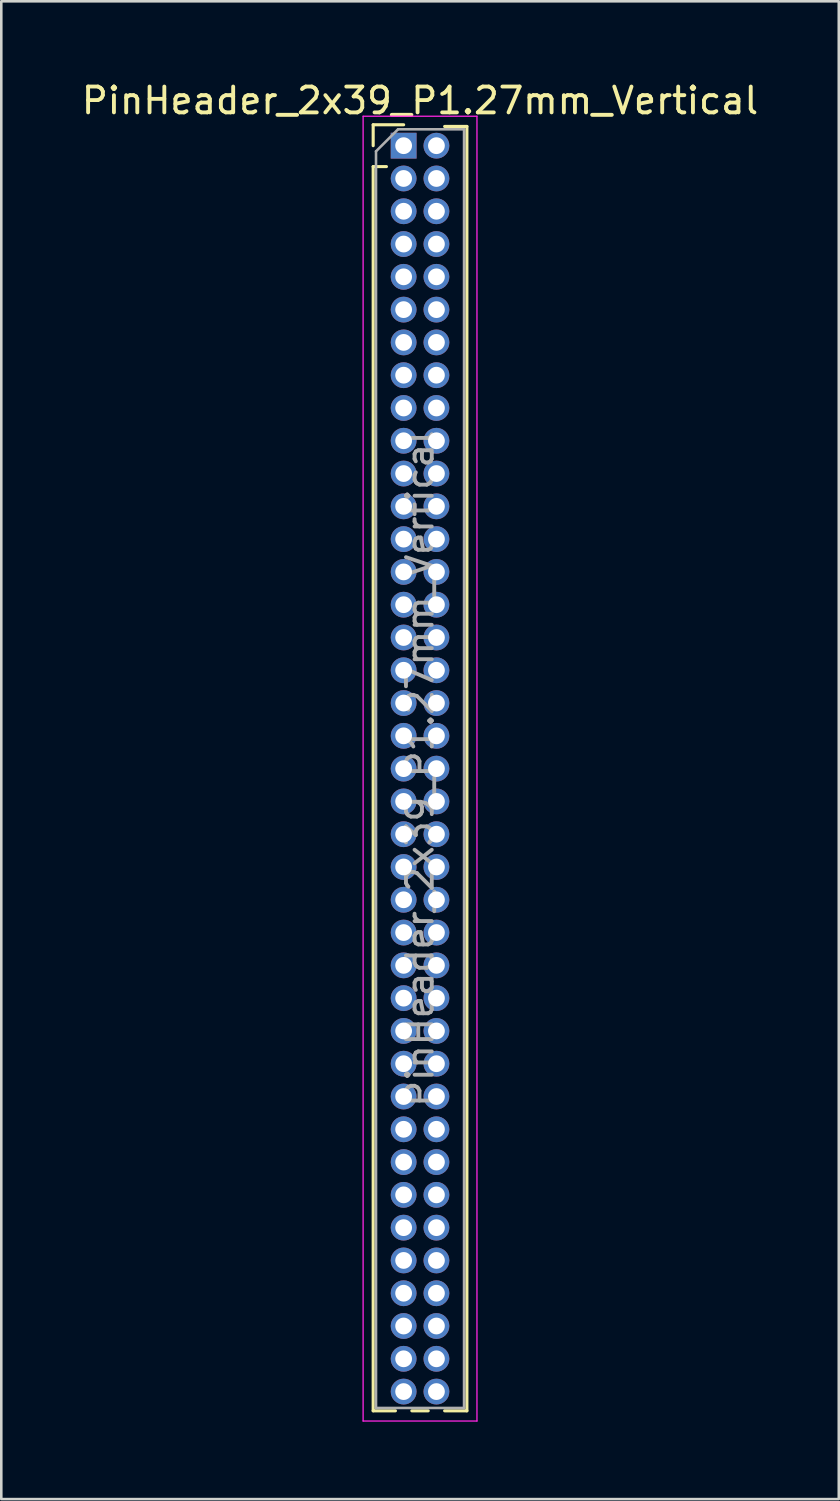
<source format=kicad_pcb>
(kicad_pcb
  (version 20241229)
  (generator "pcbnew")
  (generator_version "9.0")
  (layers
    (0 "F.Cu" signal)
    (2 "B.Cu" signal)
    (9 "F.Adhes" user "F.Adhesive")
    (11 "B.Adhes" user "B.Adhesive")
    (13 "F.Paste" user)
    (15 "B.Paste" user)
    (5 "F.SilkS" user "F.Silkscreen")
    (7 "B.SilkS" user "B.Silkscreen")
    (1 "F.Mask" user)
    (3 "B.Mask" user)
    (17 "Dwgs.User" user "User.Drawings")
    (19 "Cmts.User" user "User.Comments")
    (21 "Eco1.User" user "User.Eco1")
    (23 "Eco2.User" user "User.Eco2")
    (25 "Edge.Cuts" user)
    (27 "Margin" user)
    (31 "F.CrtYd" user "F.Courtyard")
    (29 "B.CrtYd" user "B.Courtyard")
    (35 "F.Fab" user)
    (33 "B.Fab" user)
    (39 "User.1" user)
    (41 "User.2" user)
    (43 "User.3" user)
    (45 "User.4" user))
  (footprint "PinHeader_2x39_P1.27mm_Vertical"
    (layer "F.Cu")
    (at 12.585 2.593)
    (property "Reference" "PinHeader_2x39_P1.27mm_Vertical" (at 0.635 -1.745 0) (layer "F.SilkS") (effects (font (size 1 1) (thickness 0.15))))
    (attr through_hole)
    (fp_line (start -1.18 -0.81) (end 0 -0.81) (stroke (width 0.12) (type solid)) (layer "F.SilkS"))
    (fp_line (start -1.18 0) (end -1.18 -0.81) (stroke (width 0.12) (type solid)) (layer "F.SilkS"))
    (fp_line (start -1.18 0.81) (end -1.18 49.005) (stroke (width 0.12) (type solid)) (layer "F.SilkS"))
    (fp_line (start -1.18 0.81) (end -0.667 0.81) (stroke (width 0.12) (type solid)) (layer "F.SilkS"))
    (fp_line (start -1.18 49.005) (end -0.318 49.005) (stroke (width 0.12) (type solid)) (layer "F.SilkS"))
    (fp_line (start 0.318 49.005) (end 0.952 49.005) (stroke (width 0.12) (type solid)) (layer "F.SilkS"))
    (fp_line (start 1.588 -0.745) (end 2.45 -0.745) (stroke (width 0.12) (type solid)) (layer "F.SilkS"))
    (fp_line (start 1.588 49.005) (end 2.45 49.005) (stroke (width 0.12) (type solid)) (layer "F.SilkS"))
    (fp_line (start 2.45 -0.745) (end 2.45 49.005) (stroke (width 0.12) (type solid)) (layer "F.SilkS"))
    (fp_line (start -1.57 -1.14) (end -1.57 49.4) (stroke (width 0.05) (type solid)) (layer "F.CrtYd"))
    (fp_line (start -1.57 49.4) (end 2.84 49.4) (stroke (width 0.05) (type solid)) (layer "F.CrtYd"))
    (fp_line (start 2.84 -1.14) (end -1.57 -1.14) (stroke (width 0.05) (type solid)) (layer "F.CrtYd"))
    (fp_line (start 2.84 49.4) (end 2.84 -1.14) (stroke (width 0.05) (type solid)) (layer "F.CrtYd"))
    (fp_line (start -1.07 0.217) (end -0.217 -0.635) (stroke (width 0.1) (type solid)) (layer "F.Fab"))
    (fp_line (start -1.07 48.895) (end -1.07 0.217) (stroke (width 0.1) (type solid)) (layer "F.Fab"))
    (fp_line (start -0.217 -0.635) (end 2.34 -0.635) (stroke (width 0.1) (type solid)) (layer "F.Fab"))
    (fp_line (start 2.34 -0.635) (end 2.34 48.895) (stroke (width 0.1) (type solid)) (layer "F.Fab"))
    (fp_line (start 2.34 48.895) (end -1.07 48.895) (stroke (width 0.1) (type solid)) (layer "F.Fab"))
    (fp_text user "${REFERENCE}" (at 0.635 24.13 90) (layer "F.Fab") (effects (font (size 1 1) (thickness 0.15))))
    (pad "1" thru_hole rect (at 0 0) (size 1 1) (drill 0.65) (layers "*.Cu" "*.Mask"))
    (pad "2" thru_hole circle (at 1.27 0) (size 1 1) (drill 0.65) (layers "*.Cu" "*.Mask"))
    (pad "3" thru_hole circle (at 0 1.27) (size 1 1) (drill 0.65) (layers "*.Cu" "*.Mask"))
    (pad "4" thru_hole circle (at 1.27 1.27) (size 1 1) (drill 0.65) (layers "*.Cu" "*.Mask"))
    (pad "5" thru_hole circle (at 0 2.54) (size 1 1) (drill 0.65) (layers "*.Cu" "*.Mask"))
    (pad "6" thru_hole circle (at 1.27 2.54) (size 1 1) (drill 0.65) (layers "*.Cu" "*.Mask"))
    (pad "7" thru_hole circle (at 0 3.81) (size 1 1) (drill 0.65) (layers "*.Cu" "*.Mask"))
    (pad "8" thru_hole circle (at 1.27 3.81) (size 1 1) (drill 0.65) (layers "*.Cu" "*.Mask"))
    (pad "9" thru_hole circle (at 0 5.08) (size 1 1) (drill 0.65) (layers "*.Cu" "*.Mask"))
    (pad "10" thru_hole circle (at 1.27 5.08) (size 1 1) (drill 0.65) (layers "*.Cu" "*.Mask"))
    (pad "11" thru_hole circle (at 0 6.35) (size 1 1) (drill 0.65) (layers "*.Cu" "*.Mask"))
    (pad "12" thru_hole circle (at 1.27 6.35) (size 1 1) (drill 0.65) (layers "*.Cu" "*.Mask"))
    (pad "13" thru_hole circle (at 0 7.62) (size 1 1) (drill 0.65) (layers "*.Cu" "*.Mask"))
    (pad "14" thru_hole circle (at 1.27 7.62) (size 1 1) (drill 0.65) (layers "*.Cu" "*.Mask"))
    (pad "15" thru_hole circle (at 0 8.89) (size 1 1) (drill 0.65) (layers "*.Cu" "*.Mask"))
    (pad "16" thru_hole circle (at 1.27 8.89) (size 1 1) (drill 0.65) (layers "*.Cu" "*.Mask"))
    (pad "17" thru_hole circle (at 0 10.16) (size 1 1) (drill 0.65) (layers "*.Cu" "*.Mask"))
    (pad "18" thru_hole circle (at 1.27 10.16) (size 1 1) (drill 0.65) (layers "*.Cu" "*.Mask"))
    (pad "19" thru_hole circle (at 0 11.43) (size 1 1) (drill 0.65) (layers "*.Cu" "*.Mask"))
    (pad "20" thru_hole circle (at 1.27 11.43) (size 1 1) (drill 0.65) (layers "*.Cu" "*.Mask"))
    (pad "21" thru_hole circle (at 0 12.7) (size 1 1) (drill 0.65) (layers "*.Cu" "*.Mask"))
    (pad "22" thru_hole circle (at 1.27 12.7) (size 1 1) (drill 0.65) (layers "*.Cu" "*.Mask"))
    (pad "23" thru_hole circle (at 0 13.97) (size 1 1) (drill 0.65) (layers "*.Cu" "*.Mask"))
    (pad "24" thru_hole circle (at 1.27 13.97) (size 1 1) (drill 0.65) (layers "*.Cu" "*.Mask"))
    (pad "25" thru_hole circle (at 0 15.24) (size 1 1) (drill 0.65) (layers "*.Cu" "*.Mask"))
    (pad "26" thru_hole circle (at 1.27 15.24) (size 1 1) (drill 0.65) (layers "*.Cu" "*.Mask"))
    (pad "27" thru_hole circle (at 0 16.51) (size 1 1) (drill 0.65) (layers "*.Cu" "*.Mask"))
    (pad "28" thru_hole circle (at 1.27 16.51) (size 1 1) (drill 0.65) (layers "*.Cu" "*.Mask"))
    (pad "29" thru_hole circle (at 0 17.78) (size 1 1) (drill 0.65) (layers "*.Cu" "*.Mask"))
    (pad "30" thru_hole circle (at 1.27 17.78) (size 1 1) (drill 0.65) (layers "*.Cu" "*.Mask"))
    (pad "31" thru_hole circle (at 0 19.05) (size 1 1) (drill 0.65) (layers "*.Cu" "*.Mask"))
    (pad "32" thru_hole circle (at 1.27 19.05) (size 1 1) (drill 0.65) (layers "*.Cu" "*.Mask"))
    (pad "33" thru_hole circle (at 0 20.32) (size 1 1) (drill 0.65) (layers "*.Cu" "*.Mask"))
    (pad "34" thru_hole circle (at 1.27 20.32) (size 1 1) (drill 0.65) (layers "*.Cu" "*.Mask"))
    (pad "35" thru_hole circle (at 0 21.59) (size 1 1) (drill 0.65) (layers "*.Cu" "*.Mask"))
    (pad "36" thru_hole circle (at 1.27 21.59) (size 1 1) (drill 0.65) (layers "*.Cu" "*.Mask"))
    (pad "37" thru_hole circle (at 0 22.86) (size 1 1) (drill 0.65) (layers "*.Cu" "*.Mask"))
    (pad "38" thru_hole circle (at 1.27 22.86) (size 1 1) (drill 0.65) (layers "*.Cu" "*.Mask"))
    (pad "39" thru_hole circle (at 0 24.13) (size 1 1) (drill 0.65) (layers "*.Cu" "*.Mask"))
    (pad "40" thru_hole circle (at 1.27 24.13) (size 1 1) (drill 0.65) (layers "*.Cu" "*.Mask"))
    (pad "41" thru_hole circle (at 0 25.4) (size 1 1) (drill 0.65) (layers "*.Cu" "*.Mask"))
    (pad "42" thru_hole circle (at 1.27 25.4) (size 1 1) (drill 0.65) (layers "*.Cu" "*.Mask"))
    (pad "43" thru_hole circle (at 0 26.67) (size 1 1) (drill 0.65) (layers "*.Cu" "*.Mask"))
    (pad "44" thru_hole circle (at 1.27 26.67) (size 1 1) (drill 0.65) (layers "*.Cu" "*.Mask"))
    (pad "45" thru_hole circle (at 0 27.94) (size 1 1) (drill 0.65) (layers "*.Cu" "*.Mask"))
    (pad "46" thru_hole circle (at 1.27 27.94) (size 1 1) (drill 0.65) (layers "*.Cu" "*.Mask"))
    (pad "47" thru_hole circle (at 0 29.21) (size 1 1) (drill 0.65) (layers "*.Cu" "*.Mask"))
    (pad "48" thru_hole circle (at 1.27 29.21) (size 1 1) (drill 0.65) (layers "*.Cu" "*.Mask"))
    (pad "49" thru_hole circle (at 0 30.48) (size 1 1) (drill 0.65) (layers "*.Cu" "*.Mask"))
    (pad "50" thru_hole circle (at 1.27 30.48) (size 1 1) (drill 0.65) (layers "*.Cu" "*.Mask"))
    (pad "51" thru_hole circle (at 0 31.75) (size 1 1) (drill 0.65) (layers "*.Cu" "*.Mask"))
    (pad "52" thru_hole circle (at 1.27 31.75) (size 1 1) (drill 0.65) (layers "*.Cu" "*.Mask"))
    (pad "53" thru_hole circle (at 0 33.02) (size 1 1) (drill 0.65) (layers "*.Cu" "*.Mask"))
    (pad "54" thru_hole circle (at 1.27 33.02) (size 1 1) (drill 0.65) (layers "*.Cu" "*.Mask"))
    (pad "55" thru_hole circle (at 0 34.29) (size 1 1) (drill 0.65) (layers "*.Cu" "*.Mask"))
    (pad "56" thru_hole circle (at 1.27 34.29) (size 1 1) (drill 0.65) (layers "*.Cu" "*.Mask"))
    (pad "57" thru_hole circle (at 0 35.56) (size 1 1) (drill 0.65) (layers "*.Cu" "*.Mask"))
    (pad "58" thru_hole circle (at 1.27 35.56) (size 1 1) (drill 0.65) (layers "*.Cu" "*.Mask"))
    (pad "59" thru_hole circle (at 0 36.83) (size 1 1) (drill 0.65) (layers "*.Cu" "*.Mask"))
    (pad "60" thru_hole circle (at 1.27 36.83) (size 1 1) (drill 0.65) (layers "*.Cu" "*.Mask"))
    (pad "61" thru_hole circle (at 0 38.1) (size 1 1) (drill 0.65) (layers "*.Cu" "*.Mask"))
    (pad "62" thru_hole circle (at 1.27 38.1) (size 1 1) (drill 0.65) (layers "*.Cu" "*.Mask"))
    (pad "63" thru_hole circle (at 0 39.37) (size 1 1) (drill 0.65) (layers "*.Cu" "*.Mask"))
    (pad "64" thru_hole circle (at 1.27 39.37) (size 1 1) (drill 0.65) (layers "*.Cu" "*.Mask"))
    (pad "65" thru_hole circle (at 0 40.64) (size 1 1) (drill 0.65) (layers "*.Cu" "*.Mask"))
    (pad "66" thru_hole circle (at 1.27 40.64) (size 1 1) (drill 0.65) (layers "*.Cu" "*.Mask"))
    (pad "67" thru_hole circle (at 0 41.91) (size 1 1) (drill 0.65) (layers "*.Cu" "*.Mask"))
    (pad "68" thru_hole circle (at 1.27 41.91) (size 1 1) (drill 0.65) (layers "*.Cu" "*.Mask"))
    (pad "69" thru_hole circle (at 0 43.18) (size 1 1) (drill 0.65) (layers "*.Cu" "*.Mask"))
    (pad "70" thru_hole circle (at 1.27 43.18) (size 1 1) (drill 0.65) (layers "*.Cu" "*.Mask"))
    (pad "71" thru_hole circle (at 0 44.45) (size 1 1) (drill 0.65) (layers "*.Cu" "*.Mask"))
    (pad "72" thru_hole circle (at 1.27 44.45) (size 1 1) (drill 0.65) (layers "*.Cu" "*.Mask"))
    (pad "73" thru_hole circle (at 0 45.72) (size 1 1) (drill 0.65) (layers "*.Cu" "*.Mask"))
    (pad "74" thru_hole circle (at 1.27 45.72) (size 1 1) (drill 0.65) (layers "*.Cu" "*.Mask"))
    (pad "75" thru_hole circle (at 0 46.99) (size 1 1) (drill 0.65) (layers "*.Cu" "*.Mask"))
    (pad "76" thru_hole circle (at 1.27 46.99) (size 1 1) (drill 0.65) (layers "*.Cu" "*.Mask"))
    (pad "77" thru_hole circle (at 0 48.26) (size 1 1) (drill 0.65) (layers "*.Cu" "*.Mask"))
    (pad "78" thru_hole circle (at 1.27 48.26) (size 1 1) (drill 0.65) (layers "*.Cu" "*.Mask")))
  (gr_rect
    (start -3 -3)
    (end 29.44 55.018)
    (stroke (width 0.1) (type default))
    (fill no)
    (layer "Edge.Cuts")))
</source>
